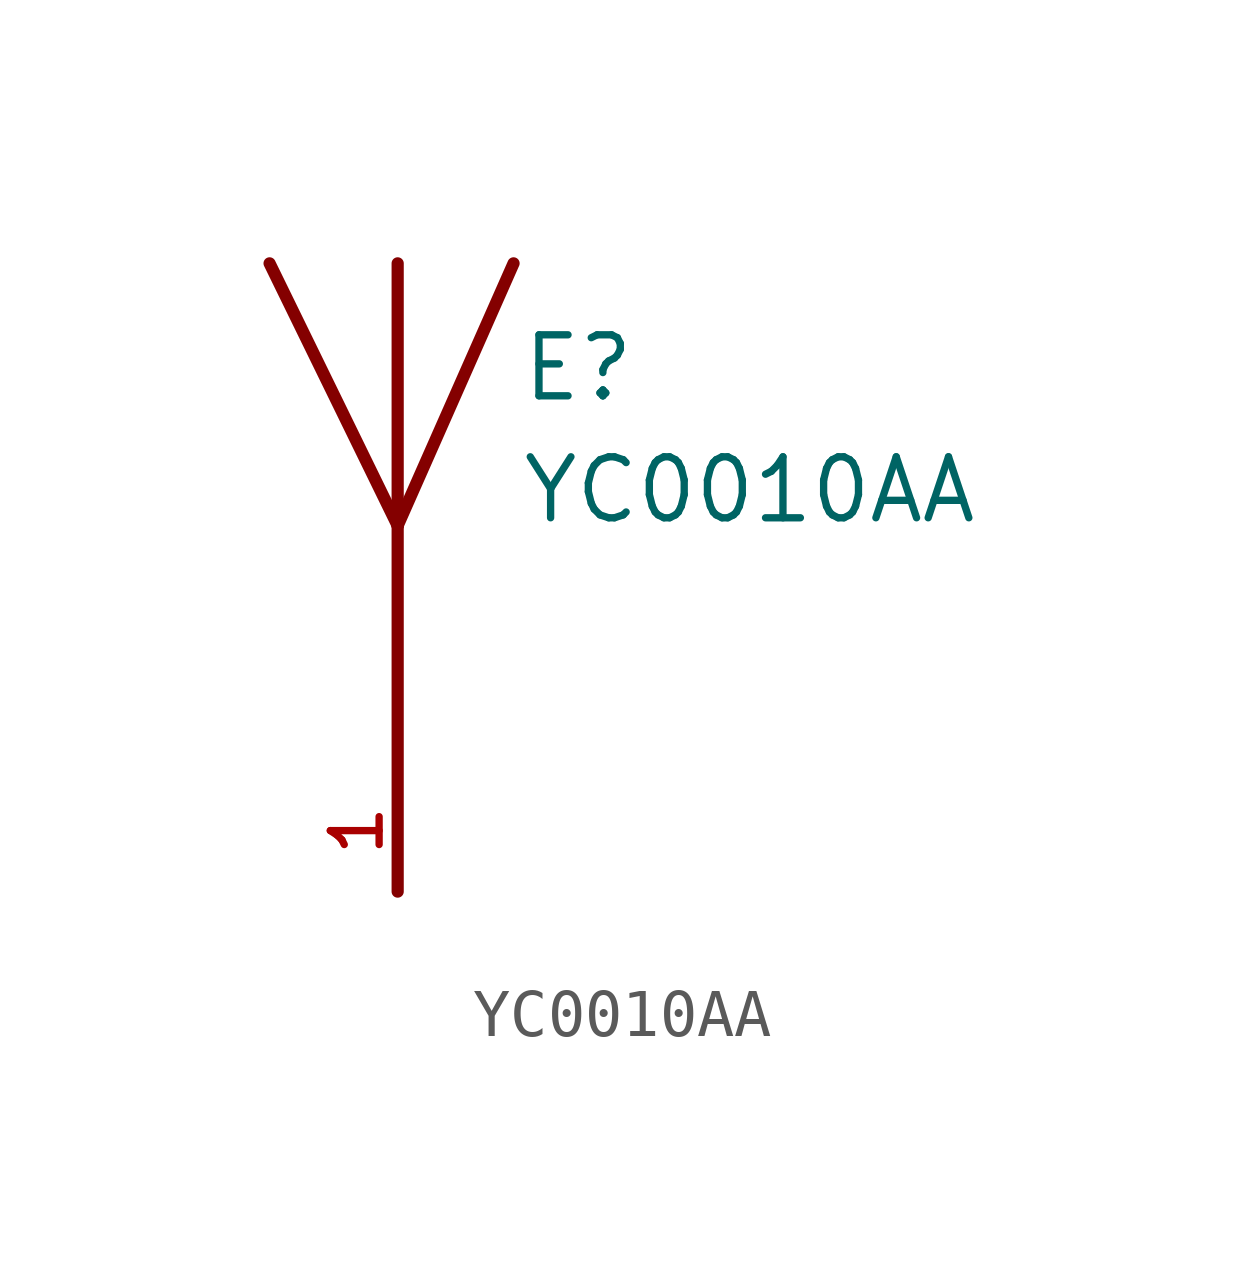
<source format=kicad_sym>
(kicad_symbol_lib
  (version 20211014)
  (generator kicad_symbol_editor)
  (symbol "YC0010AA"
    (pin_names
      (offset 1.016))
    (property "Reference" "E"
      (at 2.54 5.08 0)
      (effects (font (size 1.27 1.27)) (justify bottom left)))
    (property "Value" "YC0010AA"
      (at 2.54 2.54 0)
      (effects (font (size 1.27 1.27)) (justify bottom left)))
    (symbol "YC0010AA_0_0"
      (polyline (pts (xy 2.413 8.001) (xy 0.0 2.54)) (stroke (width 0.254)))
      (polyline (pts (xy 0.0 2.54) (xy -2.667 8.001)) (stroke (width 0.254)))
      (polyline (pts (xy 0.0 8.001) (xy 0.0 2.54)) (stroke (width 0.254)))
      (polyline (pts (xy 0.0 2.54) (xy 0.0 -5.08)) (stroke (width 0.254)))
      (pin input line (at 0.0 -5.08 90.0) (length 2.54) (name "~" (effects (font (size 1.016 1.016)))) (number "1" (effects (font (size 1.016 1.016))))))))
</source>
